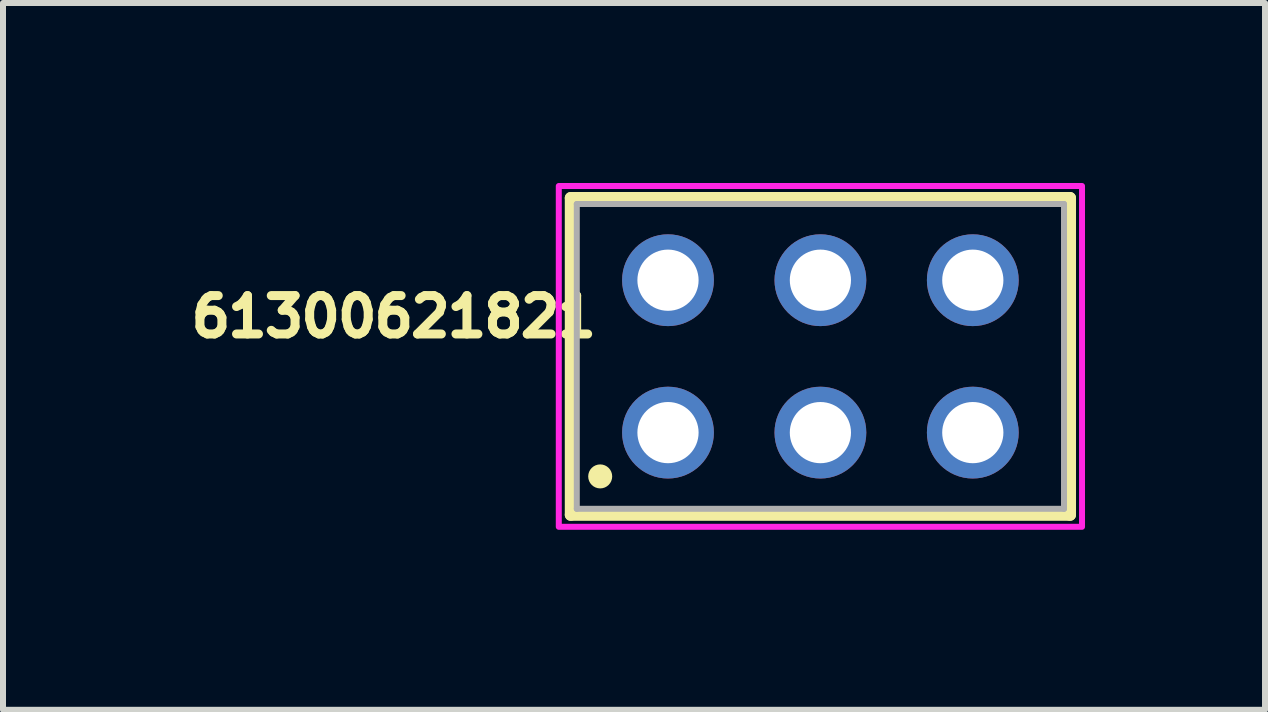
<source format=kicad_pcb>
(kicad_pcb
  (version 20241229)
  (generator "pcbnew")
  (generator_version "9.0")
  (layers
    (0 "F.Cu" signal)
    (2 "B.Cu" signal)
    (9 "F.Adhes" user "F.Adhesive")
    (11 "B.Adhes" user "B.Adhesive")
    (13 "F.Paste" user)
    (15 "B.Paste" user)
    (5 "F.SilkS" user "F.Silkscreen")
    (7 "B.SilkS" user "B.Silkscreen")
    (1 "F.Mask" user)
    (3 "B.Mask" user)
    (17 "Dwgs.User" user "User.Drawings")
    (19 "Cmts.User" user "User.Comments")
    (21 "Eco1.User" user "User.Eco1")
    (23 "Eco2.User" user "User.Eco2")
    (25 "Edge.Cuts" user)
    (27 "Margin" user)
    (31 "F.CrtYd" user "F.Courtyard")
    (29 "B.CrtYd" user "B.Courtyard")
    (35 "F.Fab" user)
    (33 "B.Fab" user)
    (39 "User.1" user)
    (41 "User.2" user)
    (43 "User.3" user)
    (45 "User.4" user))
  (footprint "61300621821"
    (layer "F.Cu")
    (at 10.623 2.89)
    (property "Reference" "61300621821" (at -7.11 -0.662 0) (layer "F.SilkS") (effects (font (size 0.64 0.64) (thickness 0.15))))
    (attr through_hole)
    (fp_line (start -4.16 -2.64) (end 4.16 -2.64) (stroke (width 0.2) (type solid)) (layer "F.SilkS"))
    (fp_line (start -4.16 2.64) (end -4.16 -2.64) (stroke (width 0.2) (type solid)) (layer "F.SilkS"))
    (fp_line (start 4.16 -2.64) (end 4.16 2.64) (stroke (width 0.2) (type solid)) (layer "F.SilkS"))
    (fp_line (start 4.16 2.64) (end -4.16 2.64) (stroke (width 0.2) (type solid)) (layer "F.SilkS"))
    (fp_circle (center -3.67 2) (end -3.57 2) (stroke (width 0.2) (type solid)) (fill no) (layer "F.SilkS"))
    (fp_poly (pts (xy -4.36 -2.84) (xy 4.36 -2.84) (xy 4.36 2.84) (xy -4.36 2.84)) (stroke (width 0.1) (type solid)) (fill no) (layer "F.CrtYd"))
    (fp_line (start -4.06 -2.54) (end -4.06 2.54) (stroke (width 0.1) (type solid)) (layer "F.Fab"))
    (fp_line (start -4.06 2.54) (end 4.06 2.54) (stroke (width 0.1) (type solid)) (layer "F.Fab"))
    (fp_line (start 4.06 -2.54) (end -4.06 -2.54) (stroke (width 0.1) (type solid)) (layer "F.Fab"))
    (fp_line (start 4.06 2.54) (end 4.06 -2.54) (stroke (width 0.1) (type solid)) (layer "F.Fab"))
    (pad "1" thru_hole circle (at -2.54 1.27) (size 1.53 1.53) (drill 1.02) (layers "*.Cu" "*.Mask"))
    (pad "2" thru_hole circle (at -2.54 -1.27) (size 1.53 1.53) (drill 1.02) (layers "*.Cu" "*.Mask"))
    (pad "3" thru_hole circle (at 0 1.27) (size 1.53 1.53) (drill 1.02) (layers "*.Cu" "*.Mask"))
    (pad "4" thru_hole circle (at 0 -1.27) (size 1.53 1.53) (drill 1.02) (layers "*.Cu" "*.Mask"))
    (pad "5" thru_hole circle (at 2.54 1.27) (size 1.53 1.53) (drill 1.02) (layers "*.Cu" "*.Mask"))
    (pad "6" thru_hole circle (at 2.54 -1.27) (size 1.53 1.53) (drill 1.02) (layers "*.Cu" "*.Mask")))
  (gr_rect
    (start -3 -3)
    (end 18.033 8.78)
    (stroke (width 0.1) (type default))
    (fill no)
    (layer "Edge.Cuts")))
</source>
